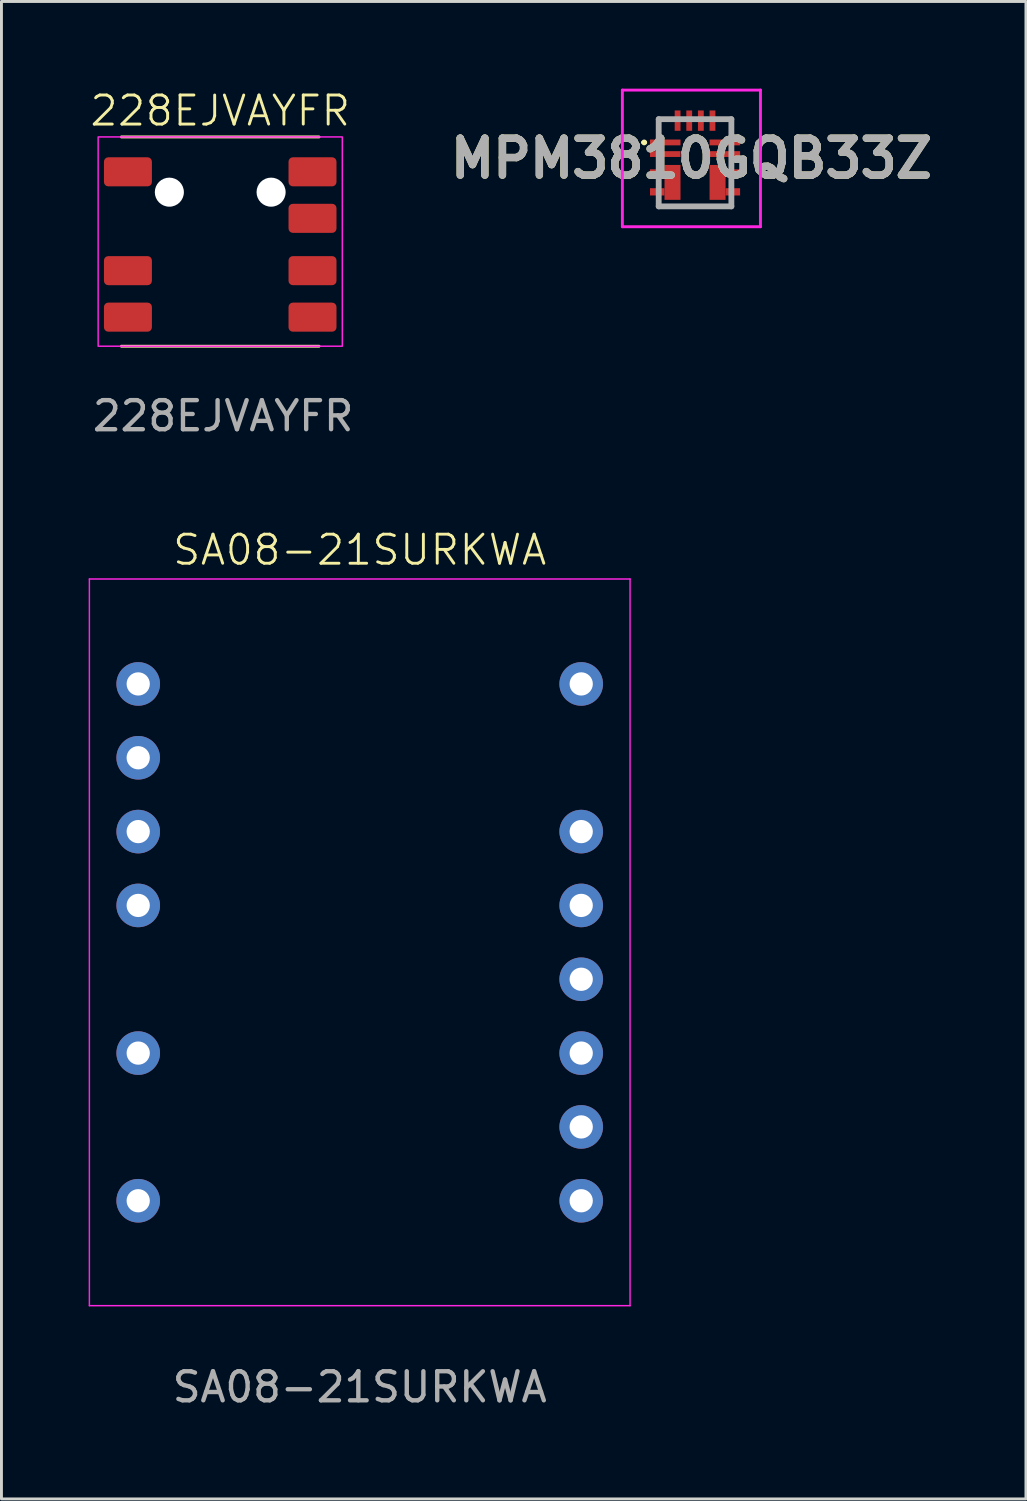
<source format=kicad_pcb>
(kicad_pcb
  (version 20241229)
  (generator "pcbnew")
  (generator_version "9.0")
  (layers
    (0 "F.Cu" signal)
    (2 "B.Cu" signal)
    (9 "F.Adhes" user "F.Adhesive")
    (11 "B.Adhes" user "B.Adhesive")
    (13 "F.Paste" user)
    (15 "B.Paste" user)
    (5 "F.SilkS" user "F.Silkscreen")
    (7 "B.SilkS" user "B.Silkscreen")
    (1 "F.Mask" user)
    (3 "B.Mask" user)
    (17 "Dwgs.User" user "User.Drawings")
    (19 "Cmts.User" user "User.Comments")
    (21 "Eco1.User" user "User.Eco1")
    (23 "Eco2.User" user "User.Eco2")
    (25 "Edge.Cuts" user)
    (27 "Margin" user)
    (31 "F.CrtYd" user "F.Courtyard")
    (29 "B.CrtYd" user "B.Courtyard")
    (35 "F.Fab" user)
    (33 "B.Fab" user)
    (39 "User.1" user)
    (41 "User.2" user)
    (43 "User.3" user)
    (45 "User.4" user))
  (footprint "MPM3810GQB33Z"
    (layer "F.Cu")
    (at 20.861 2.55)
    (property "Reference" "MPM3810GQB33Z" (at -0.125 -0.15 0) (layer "F.SilkS") (effects (font (size 1.27 1.27) (thickness 0.254))))
    (attr smd)
    (fp_line (start -1.8 -0.7) (end -1.8 -0.7) (stroke (width 0.1) (type solid)) (layer "F.SilkS"))
    (fp_line (start -1.7 -0.7) (end -1.7 -0.7) (stroke (width 0.1) (type solid)) (layer "F.SilkS"))
    (fp_line (start -1.25 -1.5) (end -1.035 -1.5) (stroke (width 0.1) (type solid)) (layer "F.SilkS"))
    (fp_line (start -1.25 -1.45) (end -1.25 -1.5) (stroke (width 0.1) (type solid)) (layer "F.SilkS"))
    (fp_line (start -1.25 -1) (end -1.25 -1.45) (stroke (width 0.1) (type solid)) (layer "F.SilkS"))
    (fp_line (start -1.25 1.5) (end 1.25 1.5) (stroke (width 0.1) (type solid)) (layer "F.SilkS"))
    (fp_line (start 1.25 -1.5) (end 1 -1.5) (stroke (width 0.1) (type solid)) (layer "F.SilkS"))
    (fp_line (start 1.25 -1) (end 1.25 -1.5) (stroke (width 0.1) (type solid)) (layer "F.SilkS"))
    (fp_arc (start -1.8 -0.7) (mid -1.75 -0.75) (end -1.7 -0.7) (stroke (width 0.1) (type solid)) (layer "F.SilkS"))
    (fp_arc (start -1.7 -0.7) (mid -1.75 -0.65) (end -1.8 -0.7) (stroke (width 0.1) (type solid)) (layer "F.SilkS"))
    (fp_line (start -2.5 -2.5) (end 2.25 -2.5) (stroke (width 0.1) (type solid)) (layer "F.CrtYd"))
    (fp_line (start -2.5 2.2) (end -2.5 -2.5) (stroke (width 0.1) (type solid)) (layer "F.CrtYd"))
    (fp_line (start 2.25 -2.5) (end 2.25 2.2) (stroke (width 0.1) (type solid)) (layer "F.CrtYd"))
    (fp_line (start 2.25 2.2) (end -2.5 2.2) (stroke (width 0.1) (type solid)) (layer "F.CrtYd"))
    (fp_line (start -1.25 -1.5) (end 1.25 -1.5) (stroke (width 0.2) (type solid)) (layer "F.Fab"))
    (fp_line (start -1.25 1.5) (end -1.25 -1.5) (stroke (width 0.2) (type solid)) (layer "F.Fab"))
    (fp_line (start 1.25 -1.5) (end 1.25 1.5) (stroke (width 0.2) (type solid)) (layer "F.Fab"))
    (fp_line (start 1.25 1.5) (end -1.25 1.5) (stroke (width 0.2) (type solid)) (layer "F.Fab"))
    (fp_text user "${REFERENCE}" (at -0.125 -0.15 0) (layer "F.Fab") (effects (font (size 1.27 1.27) (thickness 0.254))))
    (pad "1" smd rect (at -1.025 -0.7 90) (size 0.2 1.05) (layers "F.Cu" "F.Mask" "F.Paste"))
    (pad "2" smd rect (at -1.025 -0.3 90) (size 0.2 1.05) (layers "F.Cu" "F.Mask" "F.Paste"))
    (pad "3" smd rect (at -1.3 0.35 90) (size 0.25 0.5) (layers "F.Cu" "F.Mask" "F.Paste"))
    (pad "4" smd rect (at -1.3 1 90) (size 0.25 0.5) (layers "F.Cu" "F.Mask" "F.Paste"))
    (pad "5" smd rect (at 1.3 1 90) (size 0.25 0.5) (layers "F.Cu" "F.Mask" "F.Paste"))
    (pad "6" smd rect (at 1.3 0.35 90) (size 0.25 0.5) (layers "F.Cu" "F.Mask" "F.Paste"))
    (pad "7" smd rect (at 1.025 -0.3 90) (size 0.2 1.05) (layers "F.Cu" "F.Mask" "F.Paste"))
    (pad "8" smd rect (at 1.025 -0.7 90) (size 0.2 1.05) (layers "F.Cu" "F.Mask" "F.Paste"))
    (pad "9" smd rect (at 0.6 -1.45) (size 0.2 0.7) (layers "F.Cu" "F.Mask" "F.Paste"))
    (pad "10" smd rect (at 0.2 -1.45) (size 0.2 0.7) (layers "F.Cu" "F.Mask" "F.Paste"))
    (pad "11" smd rect (at -0.2 -1.45) (size 0.2 0.7) (layers "F.Cu" "F.Mask" "F.Paste"))
    (pad "12" smd rect (at -0.6 -1.45) (size 0.2 0.7) (layers "F.Cu" "F.Mask" "F.Paste"))
    (pad "13" smd rect (at -0.775 0.675) (size 0.55 1.2) (layers "F.Cu" "F.Mask" "F.Paste"))
    (pad "14" smd rect (at 0.775 0.675) (size 0.55 1.2) (layers "F.Cu" "F.Mask" "F.Paste")))
  (footprint "SA08-21SURKWA"
    (layer "F.Cu")
    (at 9.325 29.369)
    (property "Reference" "SA08-21SURKWA" (at 0 -13.5 0) (unlocked yes) (layer "F.SilkS") (effects (font (size 1 1) (thickness 0.1))))
    (attr through_hole)
    (fp_line (start -9.3 -12.5) (end -9.3 12.5) (stroke (width 0.05) (type solid)) (layer "F.CrtYd"))
    (fp_line (start -9.3 -12.5) (end 9.3 -12.5) (stroke (width 0.05) (type default)) (layer "F.CrtYd"))
    (fp_line (start -9.3 12.5) (end 9.3 12.5) (stroke (width 0.05) (type default)) (layer "F.CrtYd"))
    (fp_line (start 9.3 -12.5) (end 9.3 12.5) (stroke (width 0.05) (type solid)) (layer "F.CrtYd"))
    (fp_text user "${REFERENCE}" (at 0 15.3 0) (unlocked yes) (layer "F.Fab") (effects (font (size 1 1) (thickness 0.15))))
    (pad "2" thru_hole circle (at -7.62 -8.89) (size 1.5 1.5) (drill 0.8) (layers "*.Cu" "*.Mask"))
    (pad "3" thru_hole circle (at -7.62 -6.35) (size 1.5 1.5) (drill 0.8) (layers "*.Cu" "*.Mask"))
    (pad "4" thru_hole circle (at -7.62 -3.81) (size 1.5 1.5) (drill 0.8) (layers "*.Cu" "*.Mask"))
    (pad "5" thru_hole circle (at -7.62 -1.27) (size 1.5 1.5) (drill 0.8) (layers "*.Cu" "*.Mask"))
    (pad "5" thru_hole circle (at -7.62 3.81) (size 1.5 1.5) (drill 0.8) (layers "*.Cu" "*.Mask"))
    (pad "10" thru_hole circle (at 7.62 8.89) (size 1.5 1.5) (drill 0.8) (layers "*.Cu" "*.Mask"))
    (pad "11" thru_hole circle (at -7.62 8.89) (size 1.5 1.5) (drill 0.8) (layers "*.Cu" "*.Mask"))
    (pad "11" thru_hole circle (at 7.62 6.35) (size 1.5 1.5) (drill 0.8) (layers "*.Cu" "*.Mask"))
    (pad "12" thru_hole circle (at 7.62 -8.89) (size 1.5 1.5) (drill 0.8) (layers "*.Cu" "*.Mask"))
    (pad "12" thru_hole circle (at 7.62 3.81) (size 1.5 1.5) (drill 0.8) (layers "*.Cu" "*.Mask"))
    (pad "13" thru_hole circle (at 7.62 1.27) (size 1.5 1.5) (drill 0.8) (layers "*.Cu" "*.Mask"))
    (pad "14" thru_hole circle (at 7.62 -1.27) (size 1.5 1.5) (drill 0.8) (layers "*.Cu" "*.Mask"))
    (pad "15" thru_hole circle (at 7.62 -3.81) (size 1.5 1.5) (drill 0.8) (layers "*.Cu" "*.Mask")))
  (footprint "228EJVAYFR"
    (layer "F.Cu")
    (at 4.526 5.261)
    (property "Reference" "228EJVAYFR" (at 0 -4.5 0) (unlocked yes) (layer "F.SilkS") (effects (font (size 1 1) (thickness 0.1))))
    (attr smd)
    (fp_line (start -3.4 -3.6) (end 3.4 -3.6) (stroke (width 0.1) (type solid)) (layer "F.SilkS"))
    (fp_line (start -3.4 3.6) (end 3.4 3.6) (stroke (width 0.1) (type solid)) (layer "F.SilkS"))
    (fp_rect (start -4.2 -3.6) (end 4.2 3.6) (stroke (width 0.05) (type default)) (fill no) (layer "F.CrtYd"))
    (fp_text user "${REFERENCE}" (at 0.1 6 0) (unlocked yes) (layer "F.Fab") (effects (font (size 1 1) (thickness 0.15))))
    (pad "" np_thru_hole circle (at -1.75 -1.7) (size 1 1) (drill 1) (layers "*.Cu" "*.Mask"))
    (pad "" np_thru_hole circle (at 1.75 -1.7) (size 1 1) (drill 1) (layers "*.Cu" "*.Mask"))
    (pad "1" smd roundrect (at -3.175 -2.4) (size 1.65 1) (layers "F.Cu" "F.Mask" "F.Paste") (roundrect_rratio 0.15))
    (pad "2" smd roundrect (at -3.175 1) (size 1.65 1) (layers "F.Cu" "F.Mask" "F.Paste") (roundrect_rratio 0.15))
    (pad "3" smd roundrect (at -3.175 2.6) (size 1.65 1) (layers "F.Cu" "F.Mask" "F.Paste") (roundrect_rratio 0.15))
    (pad "4" smd roundrect (at 3.175 2.6) (size 1.65 1) (layers "F.Cu" "F.Mask" "F.Paste") (roundrect_rratio 0.15))
    (pad "5" smd roundrect (at 3.175 1) (size 1.65 1) (layers "F.Cu" "F.Mask" "F.Paste") (roundrect_rratio 0.15))
    (pad "6" smd roundrect (at 3.175 -0.8) (size 1.65 1) (layers "F.Cu" "F.Mask" "F.Paste") (roundrect_rratio 0.15))
    (pad "7" smd roundrect (at 3.175 -2.4) (size 1.65 1) (layers "F.Cu" "F.Mask" "F.Paste") (roundrect_rratio 0.15)))
  (gr_rect
    (start -3 -3)
    (end 32.245 48.517)
    (stroke (width 0.1) (type default))
    (fill no)
    (layer "Edge.Cuts")))
</source>
